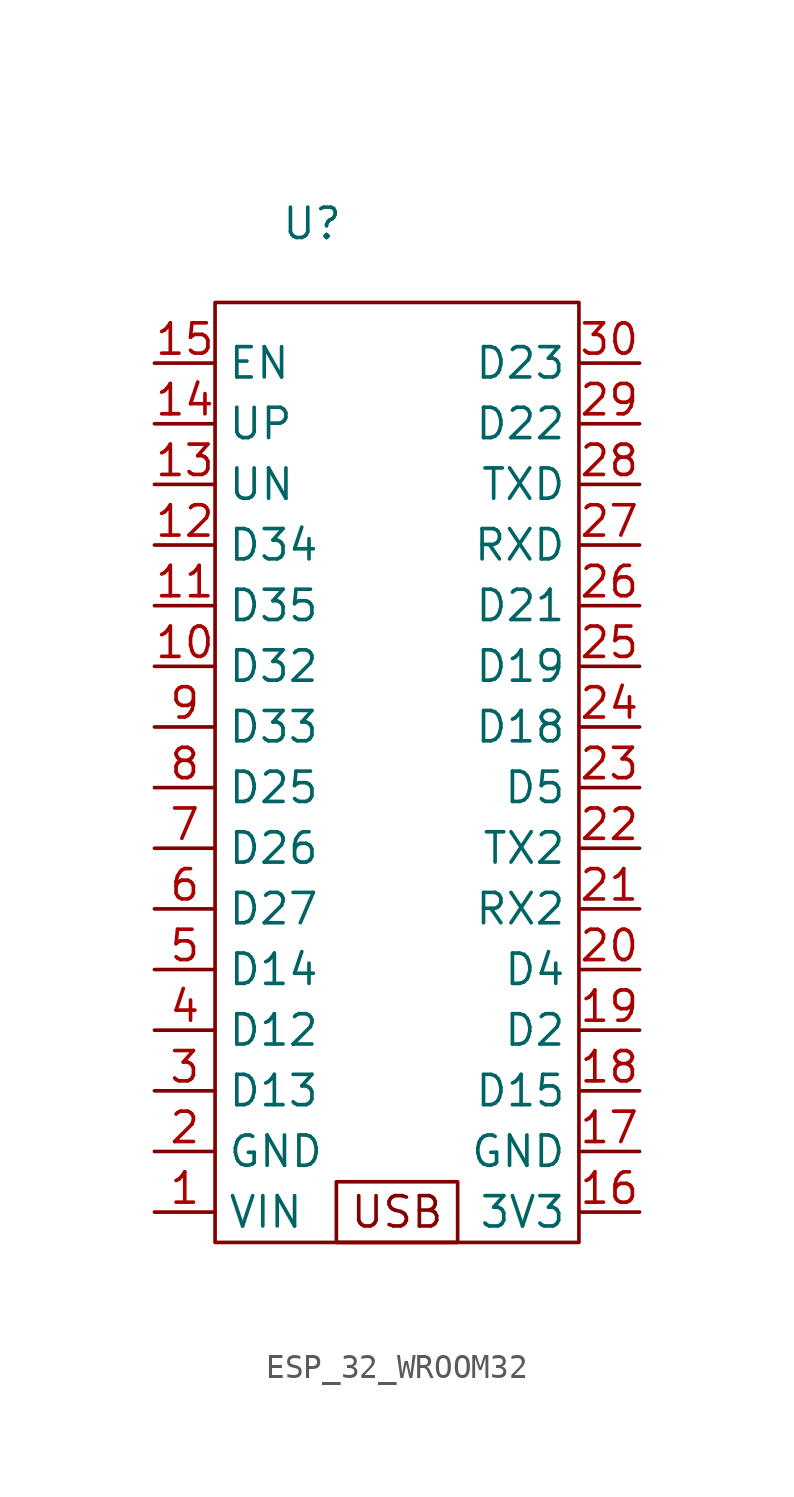
<source format=kicad_sym>
(kicad_symbol_lib
  (version 20231120)
  (generator "kicad_symbol_editor")
  (generator_version "8.0")
  (symbol "ESP_32_WROOM32"
    (property "Reference" "U"
      (at -3.556 3.302 0)
      (effects (font (size 1.27 1.27))))
    (property "Value" ""
      (at 0 0 0)
      (effects (font (size 1.27 1.27))))
    (symbol "ESP_32_WROOM32_0_1"
      (rectangle (start -7.62 0) (end 7.62 -39.37) (stroke (width 0) (type default)) (fill (type none)))
      (rectangle (start -2.54 -36.83) (end 2.54 -39.37) (stroke (width 0) (type default)) (fill (type none))))
    (symbol "ESP_32_WROOM32_1_1"
      (text "USB\n" (at 0 -38.1 0) (effects (font (size 1.27 1.27))))
      (pin power_in line (at -10.16 -38.1 0) (length 2.54) (name "VIN" (effects (font (size 1.27 1.27)))) (number "1" (effects (font (size 1.27 1.27)))))
      (pin passive line (at -10.16 -15.24 0) (length 2.54) (name "D32" (effects (font (size 1.27 1.27)))) (number "10" (effects (font (size 1.27 1.27)))))
      (pin passive line (at -10.16 -12.7 0) (length 2.54) (name "D35" (effects (font (size 1.27 1.27)))) (number "11" (effects (font (size 1.27 1.27)))))
      (pin passive line (at -10.16 -10.16 0) (length 2.54) (name "D34" (effects (font (size 1.27 1.27)))) (number "12" (effects (font (size 1.27 1.27)))))
      (pin passive line (at -10.16 -7.62 0) (length 2.54) (name "UN" (effects (font (size 1.27 1.27)))) (number "13" (effects (font (size 1.27 1.27)))))
      (pin passive line (at -10.16 -5.08 0) (length 2.54) (name "UP" (effects (font (size 1.27 1.27)))) (number "14" (effects (font (size 1.27 1.27)))))
      (pin passive line (at -10.16 -2.54 0) (length 2.54) (name "EN" (effects (font (size 1.27 1.27)))) (number "15" (effects (font (size 1.27 1.27)))))
      (pin power_out line (at 10.16 -38.1 180) (length 2.54) (name "3V3" (effects (font (size 1.27 1.27)))) (number "16" (effects (font (size 1.27 1.27)))))
      (pin power_in line (at 10.16 -35.56 180) (length 2.54) (name "GND" (effects (font (size 1.27 1.27)))) (number "17" (effects (font (size 1.27 1.27)))))
      (pin passive line (at 10.16 -33.02 180) (length 2.54) (name "D15" (effects (font (size 1.27 1.27)))) (number "18" (effects (font (size 1.27 1.27)))))
      (pin passive line (at 10.16 -30.48 180) (length 2.54) (name "D2" (effects (font (size 1.27 1.27)))) (number "19" (effects (font (size 1.27 1.27)))))
      (pin power_in line (at -10.16 -35.56 0) (length 2.54) (name "GND" (effects (font (size 1.27 1.27)))) (number "2" (effects (font (size 1.27 1.27)))))
      (pin passive line (at 10.16 -27.94 180) (length 2.54) (name "D4" (effects (font (size 1.27 1.27)))) (number "20" (effects (font (size 1.27 1.27)))))
      (pin passive line (at 10.16 -25.4 180) (length 2.54) (name "RX2" (effects (font (size 1.27 1.27)))) (number "21" (effects (font (size 1.27 1.27)))))
      (pin passive line (at 10.16 -22.86 180) (length 2.54) (name "TX2" (effects (font (size 1.27 1.27)))) (number "22" (effects (font (size 1.27 1.27)))))
      (pin passive line (at 10.16 -20.32 180) (length 2.54) (name "D5" (effects (font (size 1.27 1.27)))) (number "23" (effects (font (size 1.27 1.27)))))
      (pin passive line (at 10.16 -17.78 180) (length 2.54) (name "D18" (effects (font (size 1.27 1.27)))) (number "24" (effects (font (size 1.27 1.27)))))
      (pin passive line (at 10.16 -15.24 180) (length 2.54) (name "D19" (effects (font (size 1.27 1.27)))) (number "25" (effects (font (size 1.27 1.27)))))
      (pin passive line (at 10.16 -12.7 180) (length 2.54) (name "D21" (effects (font (size 1.27 1.27)))) (number "26" (effects (font (size 1.27 1.27)))))
      (pin passive line (at 10.16 -10.16 180) (length 2.54) (name "RXD" (effects (font (size 1.27 1.27)))) (number "27" (effects (font (size 1.27 1.27)))))
      (pin passive line (at 10.16 -7.62 180) (length 2.54) (name "TXD" (effects (font (size 1.27 1.27)))) (number "28" (effects (font (size 1.27 1.27)))))
      (pin passive line (at 10.16 -5.08 180) (length 2.54) (name "D22" (effects (font (size 1.27 1.27)))) (number "29" (effects (font (size 1.27 1.27)))))
      (pin passive line (at -10.16 -33.02 0) (length 2.54) (name "D13" (effects (font (size 1.27 1.27)))) (number "3" (effects (font (size 1.27 1.27)))))
      (pin passive line (at 10.16 -2.54 180) (length 2.54) (name "D23" (effects (font (size 1.27 1.27)))) (number "30" (effects (font (size 1.27 1.27)))))
      (pin passive line (at -10.16 -30.48 0) (length 2.54) (name "D12" (effects (font (size 1.27 1.27)))) (number "4" (effects (font (size 1.27 1.27)))))
      (pin passive line (at -10.16 -27.94 0) (length 2.54) (name "D14" (effects (font (size 1.27 1.27)))) (number "5" (effects (font (size 1.27 1.27)))))
      (pin passive line (at -10.16 -25.4 0) (length 2.54) (name "D27" (effects (font (size 1.27 1.27)))) (number "6" (effects (font (size 1.27 1.27)))))
      (pin passive line (at -10.16 -22.86 0) (length 2.54) (name "D26" (effects (font (size 1.27 1.27)))) (number "7" (effects (font (size 1.27 1.27)))))
      (pin passive line (at -10.16 -20.32 0) (length 2.54) (name "D25" (effects (font (size 1.27 1.27)))) (number "8" (effects (font (size 1.27 1.27)))))
      (pin passive line (at -10.16 -17.78 0) (length 2.54) (name "D33" (effects (font (size 1.27 1.27)))) (number "9" (effects (font (size 1.27 1.27))))))))
</source>
